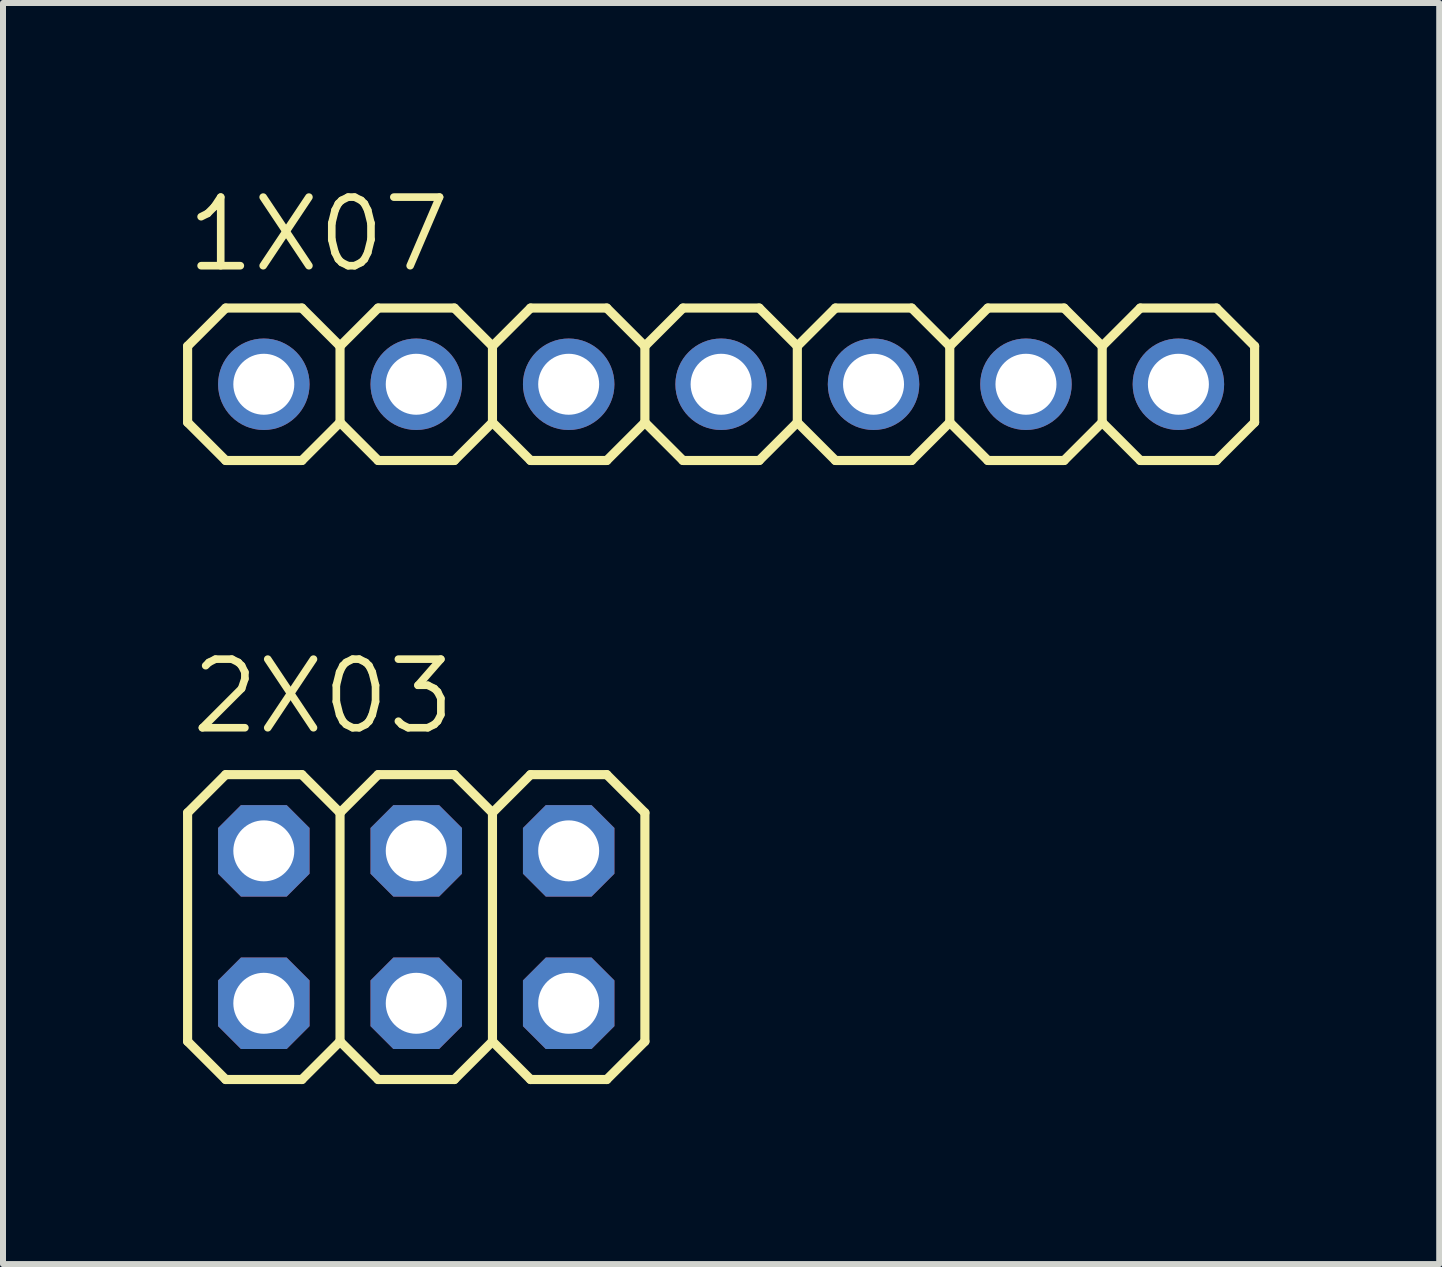
<source format=kicad_pcb>
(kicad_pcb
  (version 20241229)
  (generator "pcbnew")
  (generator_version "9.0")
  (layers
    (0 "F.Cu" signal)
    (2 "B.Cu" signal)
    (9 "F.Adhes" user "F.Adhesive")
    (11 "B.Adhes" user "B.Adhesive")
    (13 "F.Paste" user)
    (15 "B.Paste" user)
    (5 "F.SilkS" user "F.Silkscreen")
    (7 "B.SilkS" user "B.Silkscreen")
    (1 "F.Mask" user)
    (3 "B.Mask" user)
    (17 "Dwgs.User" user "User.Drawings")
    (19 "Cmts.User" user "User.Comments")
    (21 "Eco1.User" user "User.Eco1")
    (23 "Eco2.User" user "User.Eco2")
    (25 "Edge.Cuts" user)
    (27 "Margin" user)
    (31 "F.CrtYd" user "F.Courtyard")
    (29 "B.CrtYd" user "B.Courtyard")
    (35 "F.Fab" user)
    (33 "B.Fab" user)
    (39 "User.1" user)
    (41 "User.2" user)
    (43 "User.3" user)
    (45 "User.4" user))
  (footprint "2X03"
    (layer "F.Cu")
    (at 3.886 12.398)
    (property "Reference" "2X03" (at -3.81 -3.175 0) (layer "F.SilkS") (effects (font (size 1.143 1.143) (thickness 0.127)) (justify left bottom)))
    (fp_line (start -3.81 -1.905) (end -3.175 -2.54) (stroke (width 0.152) (type solid)) (layer "F.SilkS"))
    (fp_line (start -3.81 1.905) (end -3.81 -1.905) (stroke (width 0.152) (type solid)) (layer "F.SilkS"))
    (fp_line (start -3.81 1.905) (end -3.175 2.54) (stroke (width 0.152) (type solid)) (layer "F.SilkS"))
    (fp_line (start -3.175 -2.54) (end -1.905 -2.54) (stroke (width 0.152) (type solid)) (layer "F.SilkS"))
    (fp_line (start -3.175 2.54) (end -1.905 2.54) (stroke (width 0.152) (type solid)) (layer "F.SilkS"))
    (fp_line (start -1.905 -2.54) (end -1.27 -1.905) (stroke (width 0.152) (type solid)) (layer "F.SilkS"))
    (fp_line (start -1.905 2.54) (end -1.27 1.905) (stroke (width 0.152) (type solid)) (layer "F.SilkS"))
    (fp_line (start -1.27 -1.905) (end -1.27 1.905) (stroke (width 0.152) (type solid)) (layer "F.SilkS"))
    (fp_line (start -1.27 -1.905) (end -0.635 -2.54) (stroke (width 0.152) (type solid)) (layer "F.SilkS"))
    (fp_line (start -1.27 1.905) (end -0.635 2.54) (stroke (width 0.152) (type solid)) (layer "F.SilkS"))
    (fp_line (start -0.635 -2.54) (end 0.635 -2.54) (stroke (width 0.152) (type solid)) (layer "F.SilkS"))
    (fp_line (start -0.635 2.54) (end 0.635 2.54) (stroke (width 0.152) (type solid)) (layer "F.SilkS"))
    (fp_line (start 0.635 -2.54) (end 1.27 -1.905) (stroke (width 0.152) (type solid)) (layer "F.SilkS"))
    (fp_line (start 0.635 2.54) (end 1.27 1.905) (stroke (width 0.152) (type solid)) (layer "F.SilkS"))
    (fp_line (start 1.27 -1.905) (end 1.27 1.905) (stroke (width 0.152) (type solid)) (layer "F.SilkS"))
    (fp_line (start 1.27 -1.905) (end 1.905 -2.54) (stroke (width 0.152) (type solid)) (layer "F.SilkS"))
    (fp_line (start 1.27 1.905) (end 1.905 2.54) (stroke (width 0.152) (type solid)) (layer "F.SilkS"))
    (fp_line (start 1.905 -2.54) (end 3.175 -2.54) (stroke (width 0.152) (type solid)) (layer "F.SilkS"))
    (fp_line (start 1.905 2.54) (end 3.175 2.54) (stroke (width 0.152) (type solid)) (layer "F.SilkS"))
    (fp_line (start 3.175 -2.54) (end 3.81 -1.905) (stroke (width 0.152) (type solid)) (layer "F.SilkS"))
    (fp_line (start 3.175 2.54) (end 3.81 1.905) (stroke (width 0.152) (type solid)) (layer "F.SilkS"))
    (fp_line (start 3.81 -1.905) (end 3.81 1.905) (stroke (width 0.152) (type solid)) (layer "F.SilkS"))
    (fp_poly (pts (xy -2.794 -1.016) (xy -2.286 -1.016) (xy -2.286 -1.524) (xy -2.794 -1.524)) (stroke (width 0.1) (type solid)) (fill no) (layer "F.Fab"))
    (fp_poly (pts (xy -2.794 1.524) (xy -2.286 1.524) (xy -2.286 1.016) (xy -2.794 1.016)) (stroke (width 0.1) (type solid)) (fill no) (layer "F.Fab"))
    (fp_poly (pts (xy -0.254 -1.016) (xy 0.254 -1.016) (xy 0.254 -1.524) (xy -0.254 -1.524)) (stroke (width 0.1) (type solid)) (fill no) (layer "F.Fab"))
    (fp_poly (pts (xy -0.254 1.524) (xy 0.254 1.524) (xy 0.254 1.016) (xy -0.254 1.016)) (stroke (width 0.1) (type solid)) (fill no) (layer "F.Fab"))
    (fp_poly (pts (xy 2.286 -1.016) (xy 2.794 -1.016) (xy 2.794 -1.524) (xy 2.286 -1.524)) (stroke (width 0.1) (type solid)) (fill no) (layer "F.Fab"))
    (fp_poly (pts (xy 2.286 1.524) (xy 2.794 1.524) (xy 2.794 1.016) (xy 2.286 1.016)) (stroke (width 0.1) (type solid)) (fill no) (layer "F.Fab"))
    (pad "1" thru_hole roundrect (at -2.54 1.27) (size 1.524 1.524) (drill 1.016) (layers "*.Cu" "*.Mask") (roundrect_rratio 0.25) (chamfer_ratio 0.25) (chamfer top_left top_right bottom_left bottom_right))
    (pad "2" thru_hole roundrect (at -2.54 -1.27) (size 1.524 1.524) (drill 1.016) (layers "*.Cu" "*.Mask") (roundrect_rratio 0.25) (chamfer_ratio 0.25) (chamfer top_left top_right bottom_left bottom_right))
    (pad "3" thru_hole roundrect (at 0 1.27) (size 1.524 1.524) (drill 1.016) (layers "*.Cu" "*.Mask") (roundrect_rratio 0.25) (chamfer_ratio 0.25) (chamfer top_left top_right bottom_left bottom_right))
    (pad "4" thru_hole roundrect (at 0 -1.27) (size 1.524 1.524) (drill 1.016) (layers "*.Cu" "*.Mask") (roundrect_rratio 0.25) (chamfer_ratio 0.25) (chamfer top_left top_right bottom_left bottom_right))
    (pad "5" thru_hole roundrect (at 2.54 1.27) (size 1.524 1.524) (drill 1.016) (layers "*.Cu" "*.Mask") (roundrect_rratio 0.25) (chamfer_ratio 0.25) (chamfer top_left top_right bottom_left bottom_right))
    (pad "6" thru_hole roundrect (at 2.54 -1.27) (size 1.524 1.524) (drill 1.016) (layers "*.Cu" "*.Mask") (roundrect_rratio 0.25) (chamfer_ratio 0.25) (chamfer top_left top_right bottom_left bottom_right)))
  (footprint "1X07"
    (layer "F.Cu")
    (at 8.966 3.353)
    (property "Reference" "1X07" (at -8.966 -1.829 0) (layer "F.SilkS") (effects (font (size 1.143 1.143) (thickness 0.127)) (justify left bottom)))
    (fp_line (start -8.89 -0.635) (end -8.89 0.635) (stroke (width 0.152) (type solid)) (layer "F.SilkS"))
    (fp_line (start -8.89 0.635) (end -8.255 1.27) (stroke (width 0.152) (type solid)) (layer "F.SilkS"))
    (fp_line (start -8.255 -1.27) (end -8.89 -0.635) (stroke (width 0.152) (type solid)) (layer "F.SilkS"))
    (fp_line (start -8.255 -1.27) (end -6.985 -1.27) (stroke (width 0.152) (type solid)) (layer "F.SilkS"))
    (fp_line (start -6.985 -1.27) (end -6.35 -0.635) (stroke (width 0.152) (type solid)) (layer "F.SilkS"))
    (fp_line (start -6.985 1.27) (end -8.255 1.27) (stroke (width 0.152) (type solid)) (layer "F.SilkS"))
    (fp_line (start -6.35 -0.635) (end -6.35 0.635) (stroke (width 0.152) (type solid)) (layer "F.SilkS"))
    (fp_line (start -6.35 -0.635) (end -5.715 -1.27) (stroke (width 0.152) (type solid)) (layer "F.SilkS"))
    (fp_line (start -6.35 0.635) (end -6.985 1.27) (stroke (width 0.152) (type solid)) (layer "F.SilkS"))
    (fp_line (start -5.715 -1.27) (end -4.445 -1.27) (stroke (width 0.152) (type solid)) (layer "F.SilkS"))
    (fp_line (start -5.715 1.27) (end -6.35 0.635) (stroke (width 0.152) (type solid)) (layer "F.SilkS"))
    (fp_line (start -4.445 -1.27) (end -3.81 -0.635) (stroke (width 0.152) (type solid)) (layer "F.SilkS"))
    (fp_line (start -4.445 1.27) (end -5.715 1.27) (stroke (width 0.152) (type solid)) (layer "F.SilkS"))
    (fp_line (start -3.81 -0.635) (end -3.81 0.635) (stroke (width 0.152) (type solid)) (layer "F.SilkS"))
    (fp_line (start -3.81 -0.635) (end -3.175 -1.27) (stroke (width 0.152) (type solid)) (layer "F.SilkS"))
    (fp_line (start -3.81 0.635) (end -4.445 1.27) (stroke (width 0.152) (type solid)) (layer "F.SilkS"))
    (fp_line (start -3.175 -1.27) (end -1.905 -1.27) (stroke (width 0.152) (type solid)) (layer "F.SilkS"))
    (fp_line (start -3.175 1.27) (end -3.81 0.635) (stroke (width 0.152) (type solid)) (layer "F.SilkS"))
    (fp_line (start -1.905 -1.27) (end -1.27 -0.635) (stroke (width 0.152) (type solid)) (layer "F.SilkS"))
    (fp_line (start -1.905 1.27) (end -3.175 1.27) (stroke (width 0.152) (type solid)) (layer "F.SilkS"))
    (fp_line (start -1.27 -0.635) (end -1.27 0.635) (stroke (width 0.152) (type solid)) (layer "F.SilkS"))
    (fp_line (start -1.27 0.635) (end -1.905 1.27) (stroke (width 0.152) (type solid)) (layer "F.SilkS"))
    (fp_line (start -1.27 0.635) (end -0.635 1.27) (stroke (width 0.152) (type solid)) (layer "F.SilkS"))
    (fp_line (start -0.635 -1.27) (end -1.27 -0.635) (stroke (width 0.152) (type solid)) (layer "F.SilkS"))
    (fp_line (start -0.635 -1.27) (end 0.635 -1.27) (stroke (width 0.152) (type solid)) (layer "F.SilkS"))
    (fp_line (start 0.635 -1.27) (end 1.27 -0.635) (stroke (width 0.152) (type solid)) (layer "F.SilkS"))
    (fp_line (start 0.635 1.27) (end -0.635 1.27) (stroke (width 0.152) (type solid)) (layer "F.SilkS"))
    (fp_line (start 1.27 -0.635) (end 1.27 0.635) (stroke (width 0.152) (type solid)) (layer "F.SilkS"))
    (fp_line (start 1.27 -0.635) (end 1.905 -1.27) (stroke (width 0.152) (type solid)) (layer "F.SilkS"))
    (fp_line (start 1.27 0.635) (end 0.635 1.27) (stroke (width 0.152) (type solid)) (layer "F.SilkS"))
    (fp_line (start 1.905 -1.27) (end 3.175 -1.27) (stroke (width 0.152) (type solid)) (layer "F.SilkS"))
    (fp_line (start 1.905 1.27) (end 1.27 0.635) (stroke (width 0.152) (type solid)) (layer "F.SilkS"))
    (fp_line (start 3.175 -1.27) (end 3.81 -0.635) (stroke (width 0.152) (type solid)) (layer "F.SilkS"))
    (fp_line (start 3.175 1.27) (end 1.905 1.27) (stroke (width 0.152) (type solid)) (layer "F.SilkS"))
    (fp_line (start 3.81 -0.635) (end 3.81 0.635) (stroke (width 0.152) (type solid)) (layer "F.SilkS"))
    (fp_line (start 3.81 -0.635) (end 4.445 -1.27) (stroke (width 0.152) (type solid)) (layer "F.SilkS"))
    (fp_line (start 3.81 0.635) (end 3.175 1.27) (stroke (width 0.152) (type solid)) (layer "F.SilkS"))
    (fp_line (start 4.445 -1.27) (end 5.715 -1.27) (stroke (width 0.152) (type solid)) (layer "F.SilkS"))
    (fp_line (start 4.445 1.27) (end 3.81 0.635) (stroke (width 0.152) (type solid)) (layer "F.SilkS"))
    (fp_line (start 5.715 -1.27) (end 6.35 -0.635) (stroke (width 0.152) (type solid)) (layer "F.SilkS"))
    (fp_line (start 5.715 1.27) (end 4.445 1.27) (stroke (width 0.152) (type solid)) (layer "F.SilkS"))
    (fp_line (start 6.35 -0.635) (end 6.35 0.635) (stroke (width 0.152) (type solid)) (layer "F.SilkS"))
    (fp_line (start 6.35 0.635) (end 5.715 1.27) (stroke (width 0.152) (type solid)) (layer "F.SilkS"))
    (fp_line (start 6.35 0.635) (end 6.985 1.27) (stroke (width 0.152) (type solid)) (layer "F.SilkS"))
    (fp_line (start 6.985 -1.27) (end 6.35 -0.635) (stroke (width 0.152) (type solid)) (layer "F.SilkS"))
    (fp_line (start 6.985 -1.27) (end 8.255 -1.27) (stroke (width 0.152) (type solid)) (layer "F.SilkS"))
    (fp_line (start 8.255 -1.27) (end 8.89 -0.635) (stroke (width 0.152) (type solid)) (layer "F.SilkS"))
    (fp_line (start 8.255 1.27) (end 6.985 1.27) (stroke (width 0.152) (type solid)) (layer "F.SilkS"))
    (fp_line (start 8.89 -0.635) (end 8.89 0.635) (stroke (width 0.152) (type solid)) (layer "F.SilkS"))
    (fp_line (start 8.89 0.635) (end 8.255 1.27) (stroke (width 0.152) (type solid)) (layer "F.SilkS"))
    (fp_poly (pts (xy -7.874 0.254) (xy -7.366 0.254) (xy -7.366 -0.254) (xy -7.874 -0.254)) (stroke (width 0.1) (type solid)) (fill no) (layer "F.Fab"))
    (fp_poly (pts (xy -5.334 0.254) (xy -4.826 0.254) (xy -4.826 -0.254) (xy -5.334 -0.254)) (stroke (width 0.1) (type solid)) (fill no) (layer "F.Fab"))
    (fp_poly (pts (xy -2.794 0.254) (xy -2.286 0.254) (xy -2.286 -0.254) (xy -2.794 -0.254)) (stroke (width 0.1) (type solid)) (fill no) (layer "F.Fab"))
    (fp_poly (pts (xy -0.254 0.254) (xy 0.254 0.254) (xy 0.254 -0.254) (xy -0.254 -0.254)) (stroke (width 0.1) (type solid)) (fill no) (layer "F.Fab"))
    (fp_poly (pts (xy 2.286 0.254) (xy 2.794 0.254) (xy 2.794 -0.254) (xy 2.286 -0.254)) (stroke (width 0.1) (type solid)) (fill no) (layer "F.Fab"))
    (fp_poly (pts (xy 4.826 0.254) (xy 5.334 0.254) (xy 5.334 -0.254) (xy 4.826 -0.254)) (stroke (width 0.1) (type solid)) (fill no) (layer "F.Fab"))
    (fp_poly (pts (xy 7.366 0.254) (xy 7.874 0.254) (xy 7.874 -0.254) (xy 7.366 -0.254)) (stroke (width 0.1) (type solid)) (fill no) (layer "F.Fab"))
    (pad "1" thru_hole circle (at -7.62 0 90) (size 1.524 1.524) (drill 1.016) (layers "*.Cu" "*.Mask"))
    (pad "2" thru_hole circle (at -5.08 0 90) (size 1.524 1.524) (drill 1.016) (layers "*.Cu" "*.Mask"))
    (pad "3" thru_hole circle (at -2.54 0 90) (size 1.524 1.524) (drill 1.016) (layers "*.Cu" "*.Mask"))
    (pad "4" thru_hole circle (at 0 0 90) (size 1.524 1.524) (drill 1.016) (layers "*.Cu" "*.Mask"))
    (pad "5" thru_hole circle (at 2.54 0 90) (size 1.524 1.524) (drill 1.016) (layers "*.Cu" "*.Mask"))
    (pad "6" thru_hole circle (at 5.08 0 90) (size 1.524 1.524) (drill 1.016) (layers "*.Cu" "*.Mask"))
    (pad "7" thru_hole circle (at 7.62 0 90) (size 1.524 1.524) (drill 1.016) (layers "*.Cu" "*.Mask")))
  (gr_rect
    (start -3 -3)
    (end 20.932 18.014)
    (stroke (width 0.1) (type default))
    (fill no)
    (layer "Edge.Cuts")))
</source>
